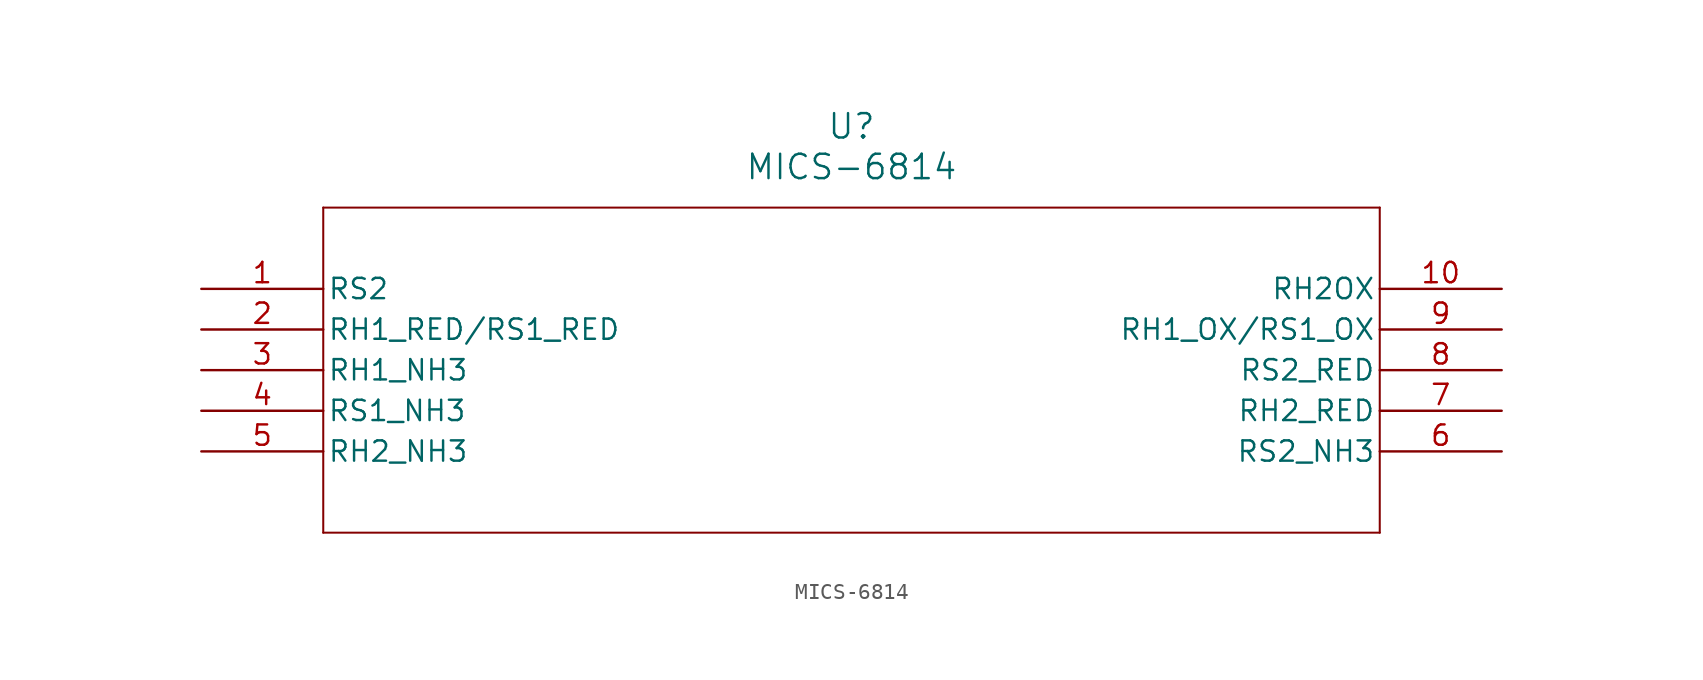
<source format=kicad_sym>
(kicad_symbol_lib
  (version 20211014)
  (generator kicad_symbol_editor)
  (symbol "MICS-6814"
    (pin_names
      (offset 0.254))
    (property "Reference" "U"
      (at 40.64 10.16 0)
      (effects (font (size 1.524 1.524))))
    (property "Value" "MICS-6814"
      (at 40.64 7.62 0)
      (effects (font (size 1.524 1.524))))
    (symbol "MICS-6814_0_1"
      (polyline (pts (xy 7.62 5.08) (xy 7.62 -15.24)) (stroke (width 0.127) (type default) (color 0 0 0 0)) (fill (type none)))
      (polyline (pts (xy 7.62 -15.24) (xy 73.66 -15.24)) (stroke (width 0.127) (type default) (color 0 0 0 0)) (fill (type none)))
      (polyline (pts (xy 73.66 -15.24) (xy 73.66 5.08)) (stroke (width 0.127) (type default) (color 0 0 0 0)) (fill (type none)))
      (polyline (pts (xy 73.66 5.08) (xy 7.62 5.08)) (stroke (width 0.127) (type default) (color 0 0 0 0)) (fill (type none)))
      (pin unspecified line (at 0 0 0) (length 7.62) (name "RS2" (effects (font (size 1.27 1.27)))) (number "1" (effects (font (size 1.27 1.27)))))
      (pin unspecified line (at 0 -2.54 0) (length 7.62) (name "RH1_RED/RS1_RED" (effects (font (size 1.27 1.27)))) (number "2" (effects (font (size 1.27 1.27)))))
      (pin unspecified line (at 0 -5.08 0) (length 7.62) (name "RH1_NH3" (effects (font (size 1.27 1.27)))) (number "3" (effects (font (size 1.27 1.27)))))
      (pin unspecified line (at 0 -7.62 0) (length 7.62) (name "RS1_NH3" (effects (font (size 1.27 1.27)))) (number "4" (effects (font (size 1.27 1.27)))))
      (pin unspecified line (at 0 -10.16 0) (length 7.62) (name "RH2_NH3" (effects (font (size 1.27 1.27)))) (number "5" (effects (font (size 1.27 1.27)))))
      (pin unspecified line (at 81.28 -10.16 180) (length 7.62) (name "RS2_NH3" (effects (font (size 1.27 1.27)))) (number "6" (effects (font (size 1.27 1.27)))))
      (pin unspecified line (at 81.28 -7.62 180) (length 7.62) (name "RH2_RED" (effects (font (size 1.27 1.27)))) (number "7" (effects (font (size 1.27 1.27)))))
      (pin unspecified line (at 81.28 -5.08 180) (length 7.62) (name "RS2_RED" (effects (font (size 1.27 1.27)))) (number "8" (effects (font (size 1.27 1.27)))))
      (pin unspecified line (at 81.28 -2.54 180) (length 7.62) (name "RH1_OX/RS1_OX" (effects (font (size 1.27 1.27)))) (number "9" (effects (font (size 1.27 1.27)))))
      (pin unspecified line (at 81.28 0 180) (length 7.62) (name "RH2OX" (effects (font (size 1.27 1.27)))) (number "10" (effects (font (size 1.27 1.27))))))))
</source>
